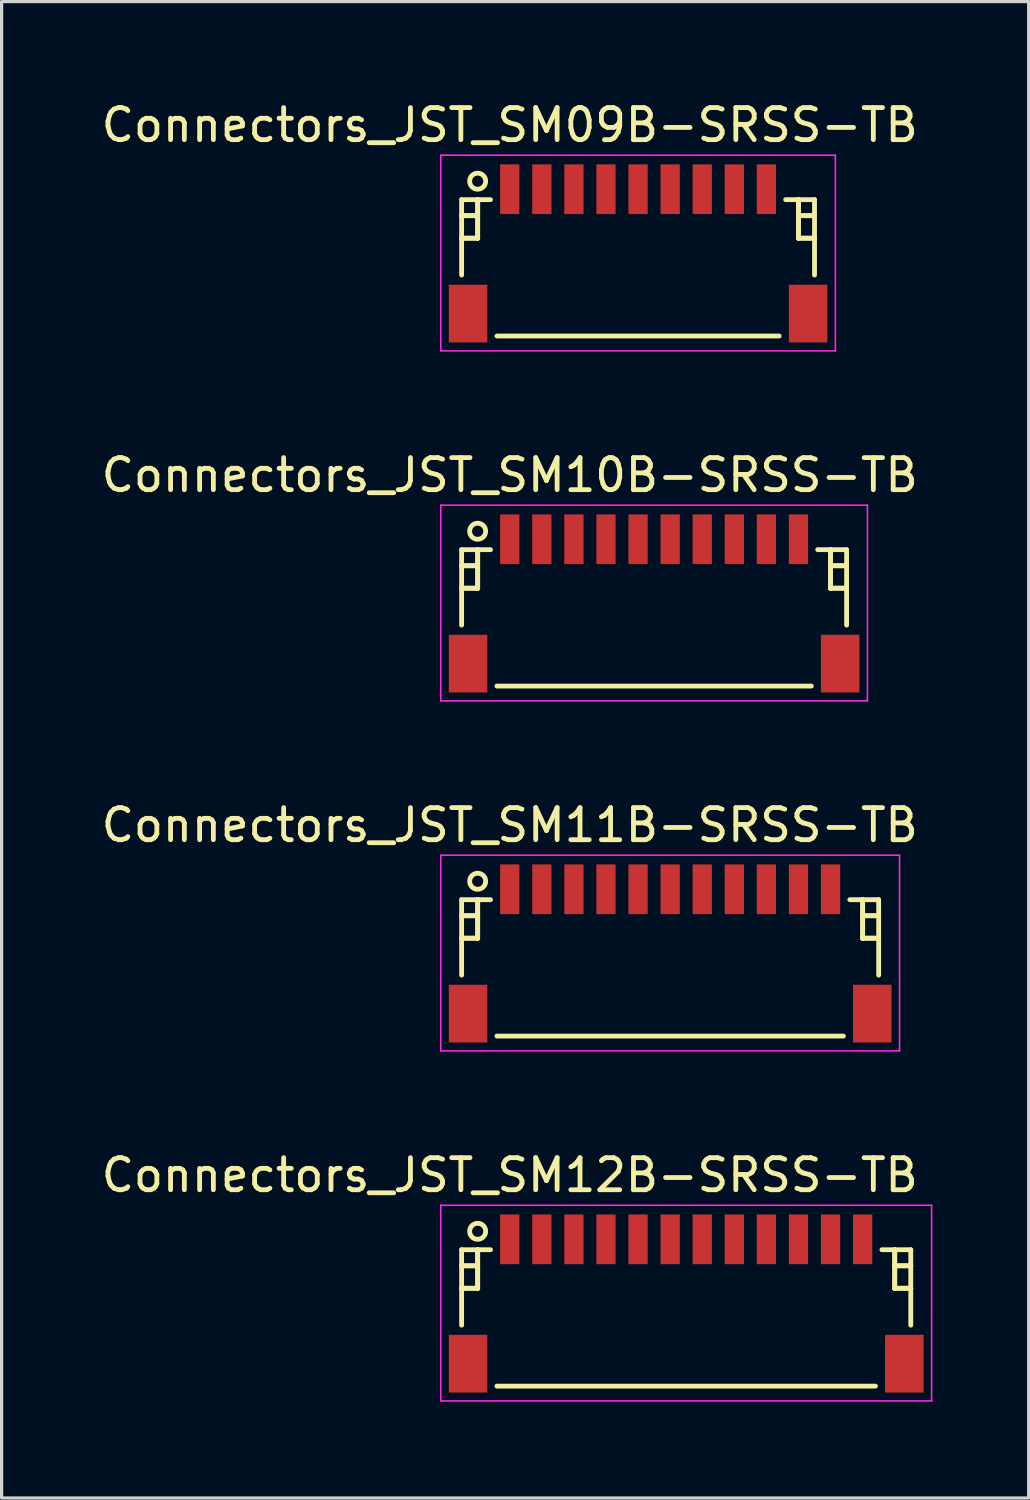
<source format=kicad_pcb>
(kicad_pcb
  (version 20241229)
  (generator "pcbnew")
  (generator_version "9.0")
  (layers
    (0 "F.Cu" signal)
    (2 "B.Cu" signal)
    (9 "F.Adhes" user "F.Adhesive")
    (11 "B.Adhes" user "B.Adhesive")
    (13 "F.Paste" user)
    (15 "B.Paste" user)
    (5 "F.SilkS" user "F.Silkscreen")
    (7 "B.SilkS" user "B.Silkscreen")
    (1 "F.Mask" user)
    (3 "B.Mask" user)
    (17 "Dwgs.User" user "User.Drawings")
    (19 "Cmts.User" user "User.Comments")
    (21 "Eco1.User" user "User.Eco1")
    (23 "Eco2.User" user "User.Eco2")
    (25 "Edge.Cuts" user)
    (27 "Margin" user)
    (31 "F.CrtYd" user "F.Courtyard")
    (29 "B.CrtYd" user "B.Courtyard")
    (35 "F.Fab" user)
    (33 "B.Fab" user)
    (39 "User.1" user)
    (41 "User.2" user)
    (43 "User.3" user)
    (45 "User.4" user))
  (footprint "Connectors_JST_SM12B-SRSS-TB"
    (layer "F.Cu")
    (at 18.339 37.518)
    (property "Reference" "Connectors_JST_SM12B-SRSS-TB" (at -5.5 -3.938 0) (layer "F.SilkS") (effects (font (size 1 1) (thickness 0.15))))
    (attr smd)
    (fp_line (start -7 -1.613) (end -6.1 -1.613) (stroke (width 0.15) (type solid)) (layer "F.SilkS"))
    (fp_line (start -7 -1.113) (end -7 -1.113) (stroke (width 0.15) (type solid)) (layer "F.SilkS"))
    (fp_line (start -7 -1.113) (end -6.5 -1.113) (stroke (width 0.15) (type solid)) (layer "F.SilkS"))
    (fp_line (start -7 -0.412) (end -7 -0.412) (stroke (width 0.15) (type solid)) (layer "F.SilkS"))
    (fp_line (start -7 -0.412) (end -6.5 -0.412) (stroke (width 0.15) (type solid)) (layer "F.SilkS"))
    (fp_line (start -7 0.738) (end -7 -1.613) (stroke (width 0.15) (type solid)) (layer "F.SilkS"))
    (fp_line (start -6.5 -1.613) (end -6.5 -1.613) (stroke (width 0.15) (type solid)) (layer "F.SilkS"))
    (fp_line (start -6.5 -1.613) (end -6.5 -0.412) (stroke (width 0.15) (type solid)) (layer "F.SilkS"))
    (fp_line (start -6.5 -1.113) (end -7 -1.113) (stroke (width 0.15) (type solid)) (layer "F.SilkS"))
    (fp_line (start -6.5 -1.113) (end -6.5 -1.113) (stroke (width 0.15) (type solid)) (layer "F.SilkS"))
    (fp_line (start -6.5 -0.412) (end -7 -0.412) (stroke (width 0.15) (type solid)) (layer "F.SilkS"))
    (fp_line (start -6.5 -0.412) (end -6.5 -1.613) (stroke (width 0.15) (type solid)) (layer "F.SilkS"))
    (fp_line (start -6.5 -0.412) (end -6.5 -0.412) (stroke (width 0.15) (type solid)) (layer "F.SilkS"))
    (fp_line (start -6.5 -0.412) (end -6.5 -0.412) (stroke (width 0.15) (type solid)) (layer "F.SilkS"))
    (fp_line (start -5.9 2.638) (end 5.9 2.638) (stroke (width 0.15) (type solid)) (layer "F.SilkS"))
    (fp_line (start 6.5 -1.613) (end 6.5 -1.613) (stroke (width 0.15) (type solid)) (layer "F.SilkS"))
    (fp_line (start 6.5 -1.613) (end 6.5 -0.412) (stroke (width 0.15) (type solid)) (layer "F.SilkS"))
    (fp_line (start 6.5 -1.113) (end 6.5 -1.113) (stroke (width 0.15) (type solid)) (layer "F.SilkS"))
    (fp_line (start 6.5 -1.113) (end 7 -1.113) (stroke (width 0.15) (type solid)) (layer "F.SilkS"))
    (fp_line (start 6.5 -0.412) (end 6.5 -1.613) (stroke (width 0.15) (type solid)) (layer "F.SilkS"))
    (fp_line (start 6.5 -0.412) (end 6.5 -0.412) (stroke (width 0.15) (type solid)) (layer "F.SilkS"))
    (fp_line (start 6.5 -0.412) (end 6.5 -0.412) (stroke (width 0.15) (type solid)) (layer "F.SilkS"))
    (fp_line (start 6.5 -0.412) (end 7 -0.412) (stroke (width 0.15) (type solid)) (layer "F.SilkS"))
    (fp_line (start 7 -1.613) (end 6.1 -1.613) (stroke (width 0.15) (type solid)) (layer "F.SilkS"))
    (fp_line (start 7 -1.113) (end 6.5 -1.113) (stroke (width 0.15) (type solid)) (layer "F.SilkS"))
    (fp_line (start 7 -1.113) (end 7 -1.113) (stroke (width 0.15) (type solid)) (layer "F.SilkS"))
    (fp_line (start 7 -0.412) (end 6.5 -0.412) (stroke (width 0.15) (type solid)) (layer "F.SilkS"))
    (fp_line (start 7 -0.412) (end 7 -0.412) (stroke (width 0.15) (type solid)) (layer "F.SilkS"))
    (fp_line (start 7 0.738) (end 7 -1.613) (stroke (width 0.15) (type solid)) (layer "F.SilkS"))
    (fp_circle (center -6.5 -2.188) (end -6.25 -2.188) (stroke (width 0.15) (type solid)) (fill no) (layer "F.SilkS"))
    (fp_line (start -7.65 -3) (end 7.65 -3) (stroke (width 0.05) (type solid)) (layer "F.CrtYd"))
    (fp_line (start -7.65 3.1) (end -7.65 -3) (stroke (width 0.05) (type solid)) (layer "F.CrtYd"))
    (fp_line (start 7.65 -3) (end 7.65 3.1) (stroke (width 0.05) (type solid)) (layer "F.CrtYd"))
    (fp_line (start 7.65 3.1) (end -7.65 3.1) (stroke (width 0.05) (type solid)) (layer "F.CrtYd"))
    (pad "" smd rect (at -6.8 1.938) (size 1.2 1.8) (layers "F.Cu" "F.Mask" "F.Paste"))
    (pad "" smd rect (at 6.8 1.938) (size 1.2 1.8) (layers "F.Cu" "F.Mask" "F.Paste"))
    (pad "1" smd rect (at -5.5 -1.938) (size 0.6 1.55) (layers "F.Cu" "F.Mask" "F.Paste"))
    (pad "2" smd rect (at -4.5 -1.938) (size 0.6 1.55) (layers "F.Cu" "F.Mask" "F.Paste"))
    (pad "3" smd rect (at -3.5 -1.938) (size 0.6 1.55) (layers "F.Cu" "F.Mask" "F.Paste"))
    (pad "4" smd rect (at -2.5 -1.938) (size 0.6 1.55) (layers "F.Cu" "F.Mask" "F.Paste"))
    (pad "5" smd rect (at -1.5 -1.938) (size 0.6 1.55) (layers "F.Cu" "F.Mask" "F.Paste"))
    (pad "6" smd rect (at -0.5 -1.938) (size 0.6 1.55) (layers "F.Cu" "F.Mask" "F.Paste"))
    (pad "7" smd rect (at 0.5 -1.938) (size 0.6 1.55) (layers "F.Cu" "F.Mask" "F.Paste"))
    (pad "8" smd rect (at 1.5 -1.938) (size 0.6 1.55) (layers "F.Cu" "F.Mask" "F.Paste"))
    (pad "9" smd rect (at 2.5 -1.938) (size 0.6 1.55) (layers "F.Cu" "F.Mask" "F.Paste"))
    (pad "10" smd rect (at 3.5 -1.938) (size 0.6 1.55) (layers "F.Cu" "F.Mask" "F.Paste"))
    (pad "11" smd rect (at 4.5 -1.938) (size 0.6 1.55) (layers "F.Cu" "F.Mask" "F.Paste"))
    (pad "12" smd rect (at 5.5 -1.938) (size 0.6 1.55) (layers "F.Cu" "F.Mask" "F.Paste")))
  (footprint "Connectors_JST_SM10B-SRSS-TB"
    (layer "F.Cu")
    (at 17.339 15.697)
    (property "Reference" "Connectors_JST_SM10B-SRSS-TB" (at -4.5 -3.938 0) (layer "F.SilkS") (effects (font (size 1 1) (thickness 0.15))))
    (attr smd)
    (fp_line (start -6 -1.613) (end -5.1 -1.613) (stroke (width 0.15) (type solid)) (layer "F.SilkS"))
    (fp_line (start -6 -1.113) (end -6 -1.113) (stroke (width 0.15) (type solid)) (layer "F.SilkS"))
    (fp_line (start -6 -1.113) (end -5.5 -1.113) (stroke (width 0.15) (type solid)) (layer "F.SilkS"))
    (fp_line (start -6 -0.412) (end -6 -0.412) (stroke (width 0.15) (type solid)) (layer "F.SilkS"))
    (fp_line (start -6 -0.412) (end -5.5 -0.412) (stroke (width 0.15) (type solid)) (layer "F.SilkS"))
    (fp_line (start -6 0.738) (end -6 -1.613) (stroke (width 0.15) (type solid)) (layer "F.SilkS"))
    (fp_line (start -5.5 -1.613) (end -5.5 -1.613) (stroke (width 0.15) (type solid)) (layer "F.SilkS"))
    (fp_line (start -5.5 -1.613) (end -5.5 -0.412) (stroke (width 0.15) (type solid)) (layer "F.SilkS"))
    (fp_line (start -5.5 -1.113) (end -6 -1.113) (stroke (width 0.15) (type solid)) (layer "F.SilkS"))
    (fp_line (start -5.5 -1.113) (end -5.5 -1.113) (stroke (width 0.15) (type solid)) (layer "F.SilkS"))
    (fp_line (start -5.5 -0.412) (end -6 -0.412) (stroke (width 0.15) (type solid)) (layer "F.SilkS"))
    (fp_line (start -5.5 -0.412) (end -5.5 -1.613) (stroke (width 0.15) (type solid)) (layer "F.SilkS"))
    (fp_line (start -5.5 -0.412) (end -5.5 -0.412) (stroke (width 0.15) (type solid)) (layer "F.SilkS"))
    (fp_line (start -5.5 -0.412) (end -5.5 -0.412) (stroke (width 0.15) (type solid)) (layer "F.SilkS"))
    (fp_line (start -4.9 2.638) (end 4.9 2.638) (stroke (width 0.15) (type solid)) (layer "F.SilkS"))
    (fp_line (start 5.5 -1.613) (end 5.5 -1.613) (stroke (width 0.15) (type solid)) (layer "F.SilkS"))
    (fp_line (start 5.5 -1.613) (end 5.5 -0.412) (stroke (width 0.15) (type solid)) (layer "F.SilkS"))
    (fp_line (start 5.5 -1.113) (end 5.5 -1.113) (stroke (width 0.15) (type solid)) (layer "F.SilkS"))
    (fp_line (start 5.5 -1.113) (end 6 -1.113) (stroke (width 0.15) (type solid)) (layer "F.SilkS"))
    (fp_line (start 5.5 -0.412) (end 5.5 -1.613) (stroke (width 0.15) (type solid)) (layer "F.SilkS"))
    (fp_line (start 5.5 -0.412) (end 5.5 -0.412) (stroke (width 0.15) (type solid)) (layer "F.SilkS"))
    (fp_line (start 5.5 -0.412) (end 5.5 -0.412) (stroke (width 0.15) (type solid)) (layer "F.SilkS"))
    (fp_line (start 5.5 -0.412) (end 6 -0.412) (stroke (width 0.15) (type solid)) (layer "F.SilkS"))
    (fp_line (start 6 -1.613) (end 5.1 -1.613) (stroke (width 0.15) (type solid)) (layer "F.SilkS"))
    (fp_line (start 6 -1.113) (end 5.5 -1.113) (stroke (width 0.15) (type solid)) (layer "F.SilkS"))
    (fp_line (start 6 -1.113) (end 6 -1.113) (stroke (width 0.15) (type solid)) (layer "F.SilkS"))
    (fp_line (start 6 -0.412) (end 5.5 -0.412) (stroke (width 0.15) (type solid)) (layer "F.SilkS"))
    (fp_line (start 6 -0.412) (end 6 -0.412) (stroke (width 0.15) (type solid)) (layer "F.SilkS"))
    (fp_line (start 6 0.738) (end 6 -1.613) (stroke (width 0.15) (type solid)) (layer "F.SilkS"))
    (fp_circle (center -5.5 -2.188) (end -5.25 -2.188) (stroke (width 0.15) (type solid)) (fill no) (layer "F.SilkS"))
    (fp_line (start -6.65 -3) (end 6.65 -3) (stroke (width 0.05) (type solid)) (layer "F.CrtYd"))
    (fp_line (start -6.65 3.1) (end -6.65 -3) (stroke (width 0.05) (type solid)) (layer "F.CrtYd"))
    (fp_line (start 6.65 -3) (end 6.65 3.1) (stroke (width 0.05) (type solid)) (layer "F.CrtYd"))
    (fp_line (start 6.65 3.1) (end -6.65 3.1) (stroke (width 0.05) (type solid)) (layer "F.CrtYd"))
    (pad "" smd rect (at -5.8 1.938) (size 1.2 1.8) (layers "F.Cu" "F.Mask" "F.Paste"))
    (pad "" smd rect (at 5.8 1.938) (size 1.2 1.8) (layers "F.Cu" "F.Mask" "F.Paste"))
    (pad "1" smd rect (at -4.5 -1.938) (size 0.6 1.55) (layers "F.Cu" "F.Mask" "F.Paste"))
    (pad "2" smd rect (at -3.5 -1.938) (size 0.6 1.55) (layers "F.Cu" "F.Mask" "F.Paste"))
    (pad "3" smd rect (at -2.5 -1.938) (size 0.6 1.55) (layers "F.Cu" "F.Mask" "F.Paste"))
    (pad "4" smd rect (at -1.5 -1.938) (size 0.6 1.55) (layers "F.Cu" "F.Mask" "F.Paste"))
    (pad "5" smd rect (at -0.5 -1.938) (size 0.6 1.55) (layers "F.Cu" "F.Mask" "F.Paste"))
    (pad "6" smd rect (at 0.5 -1.938) (size 0.6 1.55) (layers "F.Cu" "F.Mask" "F.Paste"))
    (pad "7" smd rect (at 1.5 -1.938) (size 0.6 1.55) (layers "F.Cu" "F.Mask" "F.Paste"))
    (pad "8" smd rect (at 2.5 -1.938) (size 0.6 1.55) (layers "F.Cu" "F.Mask" "F.Paste"))
    (pad "9" smd rect (at 3.5 -1.938) (size 0.6 1.55) (layers "F.Cu" "F.Mask" "F.Paste"))
    (pad "10" smd rect (at 4.5 -1.938) (size 0.6 1.55) (layers "F.Cu" "F.Mask" "F.Paste")))
  (footprint "Connectors_JST_SM11B-SRSS-TB"
    (layer "F.Cu")
    (at 17.839 26.607)
    (property "Reference" "Connectors_JST_SM11B-SRSS-TB" (at -5 -3.938 0) (layer "F.SilkS") (effects (font (size 1 1) (thickness 0.15))))
    (attr smd)
    (fp_line (start -6.5 -1.613) (end -5.6 -1.613) (stroke (width 0.15) (type solid)) (layer "F.SilkS"))
    (fp_line (start -6.5 -1.113) (end -6.5 -1.113) (stroke (width 0.15) (type solid)) (layer "F.SilkS"))
    (fp_line (start -6.5 -1.113) (end -6 -1.113) (stroke (width 0.15) (type solid)) (layer "F.SilkS"))
    (fp_line (start -6.5 -0.412) (end -6.5 -0.412) (stroke (width 0.15) (type solid)) (layer "F.SilkS"))
    (fp_line (start -6.5 -0.412) (end -6 -0.412) (stroke (width 0.15) (type solid)) (layer "F.SilkS"))
    (fp_line (start -6.5 0.738) (end -6.5 -1.613) (stroke (width 0.15) (type solid)) (layer "F.SilkS"))
    (fp_line (start -6 -1.613) (end -6 -1.613) (stroke (width 0.15) (type solid)) (layer "F.SilkS"))
    (fp_line (start -6 -1.613) (end -6 -0.412) (stroke (width 0.15) (type solid)) (layer "F.SilkS"))
    (fp_line (start -6 -1.113) (end -6.5 -1.113) (stroke (width 0.15) (type solid)) (layer "F.SilkS"))
    (fp_line (start -6 -1.113) (end -6 -1.113) (stroke (width 0.15) (type solid)) (layer "F.SilkS"))
    (fp_line (start -6 -0.412) (end -6.5 -0.412) (stroke (width 0.15) (type solid)) (layer "F.SilkS"))
    (fp_line (start -6 -0.412) (end -6 -1.613) (stroke (width 0.15) (type solid)) (layer "F.SilkS"))
    (fp_line (start -6 -0.412) (end -6 -0.412) (stroke (width 0.15) (type solid)) (layer "F.SilkS"))
    (fp_line (start -6 -0.412) (end -6 -0.412) (stroke (width 0.15) (type solid)) (layer "F.SilkS"))
    (fp_line (start -5.4 2.638) (end 5.4 2.638) (stroke (width 0.15) (type solid)) (layer "F.SilkS"))
    (fp_line (start 6 -1.613) (end 6 -1.613) (stroke (width 0.15) (type solid)) (layer "F.SilkS"))
    (fp_line (start 6 -1.613) (end 6 -0.412) (stroke (width 0.15) (type solid)) (layer "F.SilkS"))
    (fp_line (start 6 -1.113) (end 6 -1.113) (stroke (width 0.15) (type solid)) (layer "F.SilkS"))
    (fp_line (start 6 -1.113) (end 6.5 -1.113) (stroke (width 0.15) (type solid)) (layer "F.SilkS"))
    (fp_line (start 6 -0.412) (end 6 -1.613) (stroke (width 0.15) (type solid)) (layer "F.SilkS"))
    (fp_line (start 6 -0.412) (end 6 -0.412) (stroke (width 0.15) (type solid)) (layer "F.SilkS"))
    (fp_line (start 6 -0.412) (end 6 -0.412) (stroke (width 0.15) (type solid)) (layer "F.SilkS"))
    (fp_line (start 6 -0.412) (end 6.5 -0.412) (stroke (width 0.15) (type solid)) (layer "F.SilkS"))
    (fp_line (start 6.5 -1.613) (end 5.6 -1.613) (stroke (width 0.15) (type solid)) (layer "F.SilkS"))
    (fp_line (start 6.5 -1.113) (end 6 -1.113) (stroke (width 0.15) (type solid)) (layer "F.SilkS"))
    (fp_line (start 6.5 -1.113) (end 6.5 -1.113) (stroke (width 0.15) (type solid)) (layer "F.SilkS"))
    (fp_line (start 6.5 -0.412) (end 6 -0.412) (stroke (width 0.15) (type solid)) (layer "F.SilkS"))
    (fp_line (start 6.5 -0.412) (end 6.5 -0.412) (stroke (width 0.15) (type solid)) (layer "F.SilkS"))
    (fp_line (start 6.5 0.738) (end 6.5 -1.613) (stroke (width 0.15) (type solid)) (layer "F.SilkS"))
    (fp_circle (center -6 -2.188) (end -5.75 -2.188) (stroke (width 0.15) (type solid)) (fill no) (layer "F.SilkS"))
    (fp_line (start -7.15 -3) (end 7.15 -3) (stroke (width 0.05) (type solid)) (layer "F.CrtYd"))
    (fp_line (start -7.15 3.1) (end -7.15 -3) (stroke (width 0.05) (type solid)) (layer "F.CrtYd"))
    (fp_line (start 7.15 -3) (end 7.15 3.1) (stroke (width 0.05) (type solid)) (layer "F.CrtYd"))
    (fp_line (start 7.15 3.1) (end -7.15 3.1) (stroke (width 0.05) (type solid)) (layer "F.CrtYd"))
    (pad "" smd rect (at -6.3 1.938) (size 1.2 1.8) (layers "F.Cu" "F.Mask" "F.Paste"))
    (pad "" smd rect (at 6.3 1.938) (size 1.2 1.8) (layers "F.Cu" "F.Mask" "F.Paste"))
    (pad "1" smd rect (at -5 -1.938) (size 0.6 1.55) (layers "F.Cu" "F.Mask" "F.Paste"))
    (pad "2" smd rect (at -4 -1.938) (size 0.6 1.55) (layers "F.Cu" "F.Mask" "F.Paste"))
    (pad "3" smd rect (at -3 -1.938) (size 0.6 1.55) (layers "F.Cu" "F.Mask" "F.Paste"))
    (pad "4" smd rect (at -2 -1.938) (size 0.6 1.55) (layers "F.Cu" "F.Mask" "F.Paste"))
    (pad "5" smd rect (at -1 -1.938) (size 0.6 1.55) (layers "F.Cu" "F.Mask" "F.Paste"))
    (pad "6" smd rect (at 0 -1.938) (size 0.6 1.55) (layers "F.Cu" "F.Mask" "F.Paste"))
    (pad "7" smd rect (at 1 -1.938) (size 0.6 1.55) (layers "F.Cu" "F.Mask" "F.Paste"))
    (pad "8" smd rect (at 2 -1.938) (size 0.6 1.55) (layers "F.Cu" "F.Mask" "F.Paste"))
    (pad "9" smd rect (at 3 -1.938) (size 0.6 1.55) (layers "F.Cu" "F.Mask" "F.Paste"))
    (pad "10" smd rect (at 4 -1.938) (size 0.6 1.55) (layers "F.Cu" "F.Mask" "F.Paste"))
    (pad "11" smd rect (at 5 -1.938) (size 0.6 1.55) (layers "F.Cu" "F.Mask" "F.Paste")))
  (footprint "Connectors_JST_SM09B-SRSS-TB"
    (layer "F.Cu")
    (at 16.839 4.786)
    (property "Reference" "Connectors_JST_SM09B-SRSS-TB" (at -4 -3.938 0) (layer "F.SilkS") (effects (font (size 1 1) (thickness 0.15))))
    (attr smd)
    (fp_line (start -5.5 -1.613) (end -4.6 -1.613) (stroke (width 0.15) (type solid)) (layer "F.SilkS"))
    (fp_line (start -5.5 -1.113) (end -5.5 -1.113) (stroke (width 0.15) (type solid)) (layer "F.SilkS"))
    (fp_line (start -5.5 -1.113) (end -5 -1.113) (stroke (width 0.15) (type solid)) (layer "F.SilkS"))
    (fp_line (start -5.5 -0.412) (end -5.5 -0.412) (stroke (width 0.15) (type solid)) (layer "F.SilkS"))
    (fp_line (start -5.5 -0.412) (end -5 -0.412) (stroke (width 0.15) (type solid)) (layer "F.SilkS"))
    (fp_line (start -5.5 0.738) (end -5.5 -1.613) (stroke (width 0.15) (type solid)) (layer "F.SilkS"))
    (fp_line (start -5 -1.613) (end -5 -1.613) (stroke (width 0.15) (type solid)) (layer "F.SilkS"))
    (fp_line (start -5 -1.613) (end -5 -0.412) (stroke (width 0.15) (type solid)) (layer "F.SilkS"))
    (fp_line (start -5 -1.113) (end -5.5 -1.113) (stroke (width 0.15) (type solid)) (layer "F.SilkS"))
    (fp_line (start -5 -1.113) (end -5 -1.113) (stroke (width 0.15) (type solid)) (layer "F.SilkS"))
    (fp_line (start -5 -0.412) (end -5.5 -0.412) (stroke (width 0.15) (type solid)) (layer "F.SilkS"))
    (fp_line (start -5 -0.412) (end -5 -1.613) (stroke (width 0.15) (type solid)) (layer "F.SilkS"))
    (fp_line (start -5 -0.412) (end -5 -0.412) (stroke (width 0.15) (type solid)) (layer "F.SilkS"))
    (fp_line (start -5 -0.412) (end -5 -0.412) (stroke (width 0.15) (type solid)) (layer "F.SilkS"))
    (fp_line (start -4.4 2.638) (end 4.4 2.638) (stroke (width 0.15) (type solid)) (layer "F.SilkS"))
    (fp_line (start 5 -1.613) (end 5 -1.613) (stroke (width 0.15) (type solid)) (layer "F.SilkS"))
    (fp_line (start 5 -1.613) (end 5 -0.412) (stroke (width 0.15) (type solid)) (layer "F.SilkS"))
    (fp_line (start 5 -1.113) (end 5 -1.113) (stroke (width 0.15) (type solid)) (layer "F.SilkS"))
    (fp_line (start 5 -1.113) (end 5.5 -1.113) (stroke (width 0.15) (type solid)) (layer "F.SilkS"))
    (fp_line (start 5 -0.412) (end 5 -1.613) (stroke (width 0.15) (type solid)) (layer "F.SilkS"))
    (fp_line (start 5 -0.412) (end 5 -0.412) (stroke (width 0.15) (type solid)) (layer "F.SilkS"))
    (fp_line (start 5 -0.412) (end 5 -0.412) (stroke (width 0.15) (type solid)) (layer "F.SilkS"))
    (fp_line (start 5 -0.412) (end 5.5 -0.412) (stroke (width 0.15) (type solid)) (layer "F.SilkS"))
    (fp_line (start 5.5 -1.613) (end 4.6 -1.613) (stroke (width 0.15) (type solid)) (layer "F.SilkS"))
    (fp_line (start 5.5 -1.113) (end 5 -1.113) (stroke (width 0.15) (type solid)) (layer "F.SilkS"))
    (fp_line (start 5.5 -1.113) (end 5.5 -1.113) (stroke (width 0.15) (type solid)) (layer "F.SilkS"))
    (fp_line (start 5.5 -0.412) (end 5 -0.412) (stroke (width 0.15) (type solid)) (layer "F.SilkS"))
    (fp_line (start 5.5 -0.412) (end 5.5 -0.412) (stroke (width 0.15) (type solid)) (layer "F.SilkS"))
    (fp_line (start 5.5 0.738) (end 5.5 -1.613) (stroke (width 0.15) (type solid)) (layer "F.SilkS"))
    (fp_circle (center -5 -2.188) (end -4.75 -2.188) (stroke (width 0.15) (type solid)) (fill no) (layer "F.SilkS"))
    (fp_line (start -6.15 -3) (end 6.15 -3) (stroke (width 0.05) (type solid)) (layer "F.CrtYd"))
    (fp_line (start -6.15 3.1) (end -6.15 -3) (stroke (width 0.05) (type solid)) (layer "F.CrtYd"))
    (fp_line (start 6.15 -3) (end 6.15 3.1) (stroke (width 0.05) (type solid)) (layer "F.CrtYd"))
    (fp_line (start 6.15 3.1) (end -6.15 3.1) (stroke (width 0.05) (type solid)) (layer "F.CrtYd"))
    (pad "" smd rect (at -5.3 1.938) (size 1.2 1.8) (layers "F.Cu" "F.Mask" "F.Paste"))
    (pad "" smd rect (at 5.3 1.938) (size 1.2 1.8) (layers "F.Cu" "F.Mask" "F.Paste"))
    (pad "1" smd rect (at -4 -1.938) (size 0.6 1.55) (layers "F.Cu" "F.Mask" "F.Paste"))
    (pad "2" smd rect (at -3 -1.938) (size 0.6 1.55) (layers "F.Cu" "F.Mask" "F.Paste"))
    (pad "3" smd rect (at -2 -1.938) (size 0.6 1.55) (layers "F.Cu" "F.Mask" "F.Paste"))
    (pad "4" smd rect (at -1 -1.938) (size 0.6 1.55) (layers "F.Cu" "F.Mask" "F.Paste"))
    (pad "5" smd rect (at 0 -1.938) (size 0.6 1.55) (layers "F.Cu" "F.Mask" "F.Paste"))
    (pad "6" smd rect (at 1 -1.938) (size 0.6 1.55) (layers "F.Cu" "F.Mask" "F.Paste"))
    (pad "7" smd rect (at 2 -1.938) (size 0.6 1.55) (layers "F.Cu" "F.Mask" "F.Paste"))
    (pad "8" smd rect (at 3 -1.938) (size 0.6 1.55) (layers "F.Cu" "F.Mask" "F.Paste"))
    (pad "9" smd rect (at 4 -1.938) (size 0.6 1.55) (layers "F.Cu" "F.Mask" "F.Paste")))
  (gr_rect
    (start -3 -3)
    (end 29.014 43.643)
    (stroke (width 0.1) (type default))
    (fill no)
    (layer "Edge.Cuts")))
</source>
